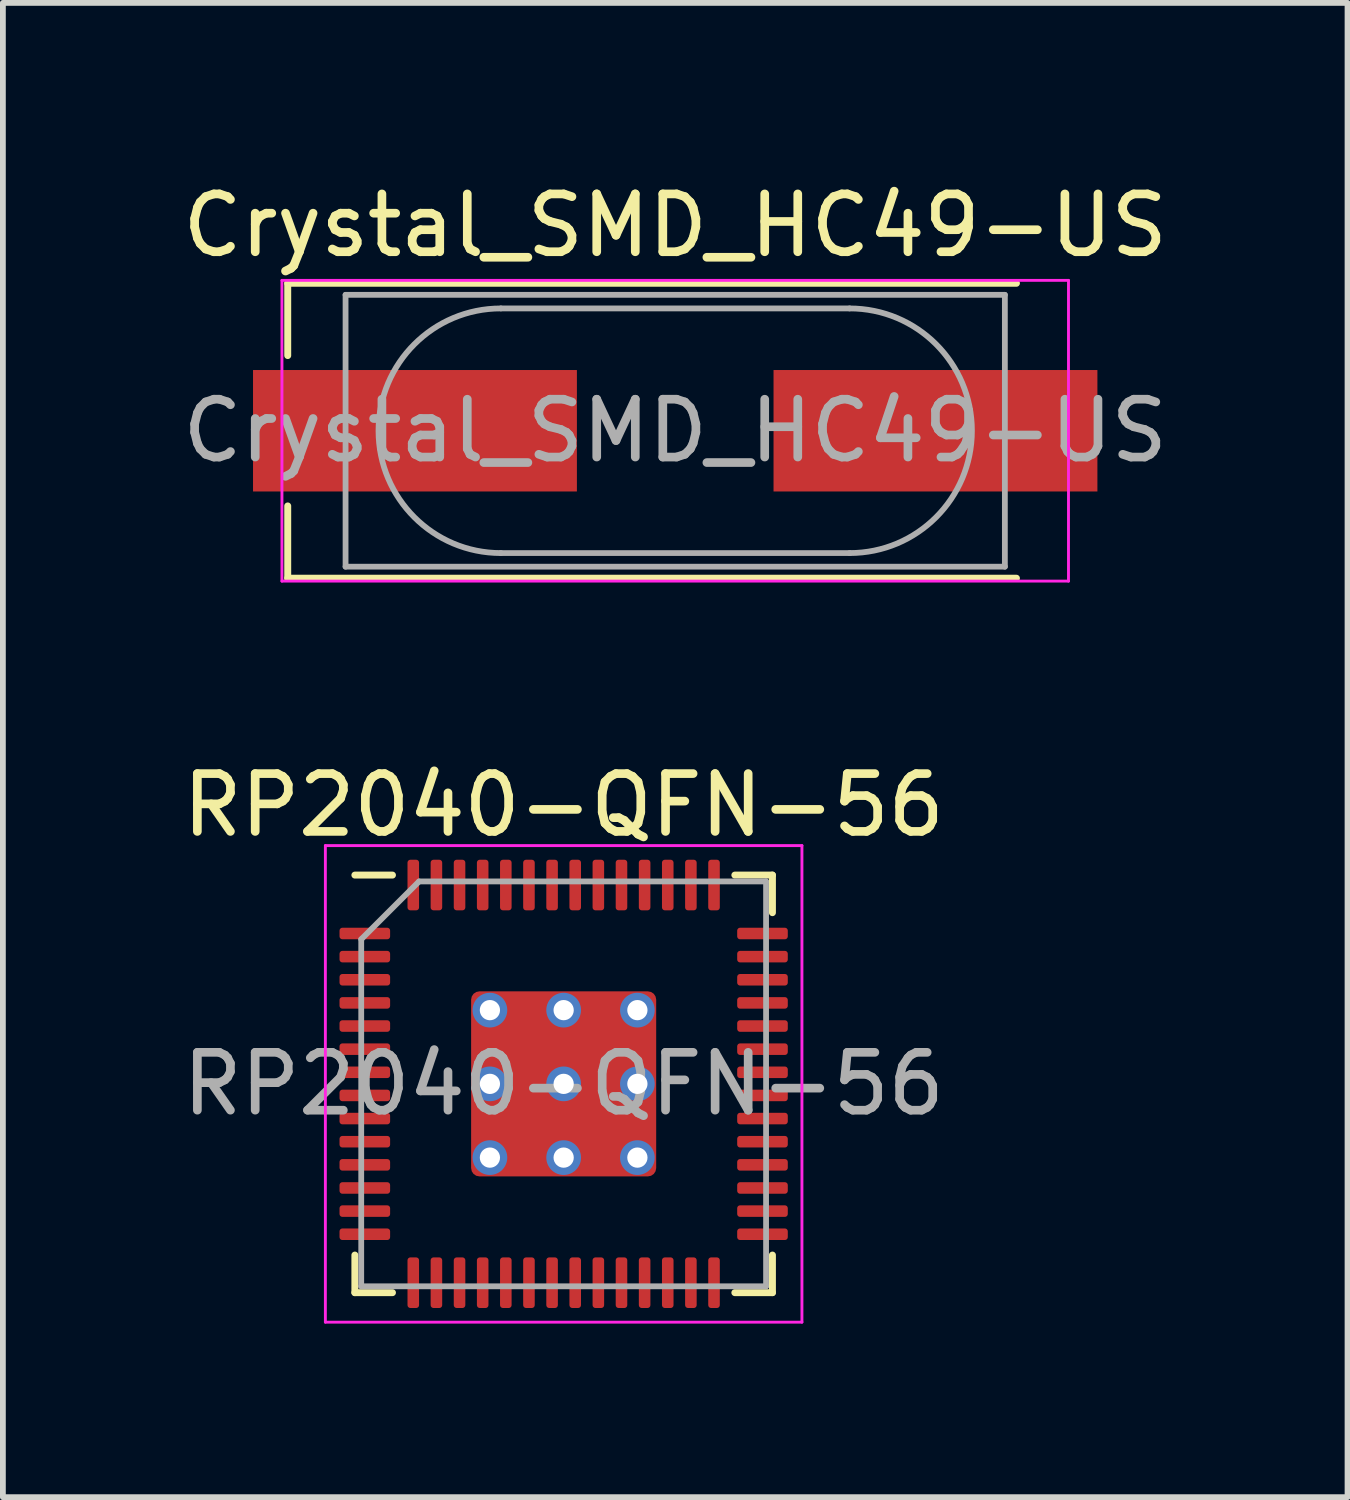
<source format=kicad_pcb>
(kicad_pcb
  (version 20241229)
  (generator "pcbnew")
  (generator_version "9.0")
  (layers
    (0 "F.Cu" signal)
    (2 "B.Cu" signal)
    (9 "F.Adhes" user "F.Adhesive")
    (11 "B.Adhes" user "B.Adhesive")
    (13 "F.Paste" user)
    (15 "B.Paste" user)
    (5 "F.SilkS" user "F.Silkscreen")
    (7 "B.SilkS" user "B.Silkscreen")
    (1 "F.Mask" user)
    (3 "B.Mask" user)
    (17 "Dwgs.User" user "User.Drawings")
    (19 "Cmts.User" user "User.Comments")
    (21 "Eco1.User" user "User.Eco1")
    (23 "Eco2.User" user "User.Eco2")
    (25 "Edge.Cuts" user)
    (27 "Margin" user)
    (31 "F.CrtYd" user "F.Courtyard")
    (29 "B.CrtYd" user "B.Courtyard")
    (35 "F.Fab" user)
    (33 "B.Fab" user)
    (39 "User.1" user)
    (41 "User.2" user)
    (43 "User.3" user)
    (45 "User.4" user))
  (footprint "RP2040-QFN-56"
    (layer "F.Cu")
    (at 6.696 15.691)
    (property "Reference" "RP2040-QFN-56" (at 0 -4.82 0) (layer "F.SilkS") (effects (font (size 1 1) (thickness 0.15))))
    (attr smd)
    (fp_line (start -3.61 3.61) (end -3.61 2.96) (stroke (width 0.12) (type solid)) (layer "F.SilkS"))
    (fp_line (start -2.96 -3.61) (end -3.61 -3.61) (stroke (width 0.12) (type solid)) (layer "F.SilkS"))
    (fp_line (start -2.96 3.61) (end -3.61 3.61) (stroke (width 0.12) (type solid)) (layer "F.SilkS"))
    (fp_line (start 2.96 -3.61) (end 3.61 -3.61) (stroke (width 0.12) (type solid)) (layer "F.SilkS"))
    (fp_line (start 2.96 3.61) (end 3.61 3.61) (stroke (width 0.12) (type solid)) (layer "F.SilkS"))
    (fp_line (start 3.61 -3.61) (end 3.61 -2.96) (stroke (width 0.12) (type solid)) (layer "F.SilkS"))
    (fp_line (start 3.61 3.61) (end 3.61 2.96) (stroke (width 0.12) (type solid)) (layer "F.SilkS"))
    (fp_line (start -4.12 -4.12) (end -4.12 4.12) (stroke (width 0.05) (type solid)) (layer "F.CrtYd"))
    (fp_line (start -4.12 4.12) (end 4.12 4.12) (stroke (width 0.05) (type solid)) (layer "F.CrtYd"))
    (fp_line (start 4.12 -4.12) (end -4.12 -4.12) (stroke (width 0.05) (type solid)) (layer "F.CrtYd"))
    (fp_line (start 4.12 4.12) (end 4.12 -4.12) (stroke (width 0.05) (type solid)) (layer "F.CrtYd"))
    (fp_line (start -3.5 -2.5) (end -2.5 -3.5) (stroke (width 0.1) (type solid)) (layer "F.Fab"))
    (fp_line (start -3.5 3.5) (end -3.5 -2.5) (stroke (width 0.1) (type solid)) (layer "F.Fab"))
    (fp_line (start -2.5 -3.5) (end 3.5 -3.5) (stroke (width 0.1) (type solid)) (layer "F.Fab"))
    (fp_line (start 3.5 -3.5) (end 3.5 3.5) (stroke (width 0.1) (type solid)) (layer "F.Fab"))
    (fp_line (start 3.5 3.5) (end -3.5 3.5) (stroke (width 0.1) (type solid)) (layer "F.Fab"))
    (fp_text user "${REFERENCE}" (at 0 0 0) (layer "F.Fab") (effects (font (size 1 1) (thickness 0.15))))
    (pad "" smd roundrect (at -0.637 -0.637) (size 1.084 1.084) (layers "F.Paste") (roundrect_rratio 0.231))
    (pad "" smd roundrect (at -0.637 0.637) (size 1.084 1.084) (layers "F.Paste") (roundrect_rratio 0.231))
    (pad "" smd roundrect (at 0.637 -0.637) (size 1.084 1.084) (layers "F.Paste") (roundrect_rratio 0.231))
    (pad "" smd roundrect (at 0.637 0.637) (size 1.084 1.084) (layers "F.Paste") (roundrect_rratio 0.231))
    (pad "1" smd roundrect (at -3.438 -2.6) (size 0.875 0.2) (layers "F.Cu" "F.Mask" "F.Paste") (roundrect_rratio 0.25))
    (pad "2" smd roundrect (at -3.438 -2.2) (size 0.875 0.2) (layers "F.Cu" "F.Mask" "F.Paste") (roundrect_rratio 0.25))
    (pad "3" smd roundrect (at -3.438 -1.8) (size 0.875 0.2) (layers "F.Cu" "F.Mask" "F.Paste") (roundrect_rratio 0.25))
    (pad "4" smd roundrect (at -3.438 -1.4) (size 0.875 0.2) (layers "F.Cu" "F.Mask" "F.Paste") (roundrect_rratio 0.25))
    (pad "5" smd roundrect (at -3.438 -1) (size 0.875 0.2) (layers "F.Cu" "F.Mask" "F.Paste") (roundrect_rratio 0.25))
    (pad "6" smd roundrect (at -3.438 -0.6) (size 0.875 0.2) (layers "F.Cu" "F.Mask" "F.Paste") (roundrect_rratio 0.25))
    (pad "7" smd roundrect (at -3.438 -0.2) (size 0.875 0.2) (layers "F.Cu" "F.Mask" "F.Paste") (roundrect_rratio 0.25))
    (pad "8" smd roundrect (at -3.438 0.2) (size 0.875 0.2) (layers "F.Cu" "F.Mask" "F.Paste") (roundrect_rratio 0.25))
    (pad "9" smd roundrect (at -3.438 0.6) (size 0.875 0.2) (layers "F.Cu" "F.Mask" "F.Paste") (roundrect_rratio 0.25))
    (pad "10" smd roundrect (at -3.438 1) (size 0.875 0.2) (layers "F.Cu" "F.Mask" "F.Paste") (roundrect_rratio 0.25))
    (pad "11" smd roundrect (at -3.438 1.4) (size 0.875 0.2) (layers "F.Cu" "F.Mask" "F.Paste") (roundrect_rratio 0.25))
    (pad "12" smd roundrect (at -3.438 1.8) (size 0.875 0.2) (layers "F.Cu" "F.Mask" "F.Paste") (roundrect_rratio 0.25))
    (pad "13" smd roundrect (at -3.438 2.2) (size 0.875 0.2) (layers "F.Cu" "F.Mask" "F.Paste") (roundrect_rratio 0.25))
    (pad "14" smd roundrect (at -3.438 2.6) (size 0.875 0.2) (layers "F.Cu" "F.Mask" "F.Paste") (roundrect_rratio 0.25))
    (pad "15" smd roundrect (at -2.6 3.438) (size 0.2 0.875) (layers "F.Cu" "F.Mask" "F.Paste") (roundrect_rratio 0.25))
    (pad "16" smd roundrect (at -2.2 3.438) (size 0.2 0.875) (layers "F.Cu" "F.Mask" "F.Paste") (roundrect_rratio 0.25))
    (pad "17" smd roundrect (at -1.8 3.438) (size 0.2 0.875) (layers "F.Cu" "F.Mask" "F.Paste") (roundrect_rratio 0.25))
    (pad "18" smd roundrect (at -1.4 3.438) (size 0.2 0.875) (layers "F.Cu" "F.Mask" "F.Paste") (roundrect_rratio 0.25))
    (pad "19" smd roundrect (at -1 3.438) (size 0.2 0.875) (layers "F.Cu" "F.Mask" "F.Paste") (roundrect_rratio 0.25))
    (pad "20" smd roundrect (at -0.6 3.438) (size 0.2 0.875) (layers "F.Cu" "F.Mask" "F.Paste") (roundrect_rratio 0.25))
    (pad "21" smd roundrect (at -0.2 3.438) (size 0.2 0.875) (layers "F.Cu" "F.Mask" "F.Paste") (roundrect_rratio 0.25))
    (pad "22" smd roundrect (at 0.2 3.438) (size 0.2 0.875) (layers "F.Cu" "F.Mask" "F.Paste") (roundrect_rratio 0.25))
    (pad "23" smd roundrect (at 0.6 3.438) (size 0.2 0.875) (layers "F.Cu" "F.Mask" "F.Paste") (roundrect_rratio 0.25))
    (pad "24" smd roundrect (at 1 3.438) (size 0.2 0.875) (layers "F.Cu" "F.Mask" "F.Paste") (roundrect_rratio 0.25))
    (pad "25" smd roundrect (at 1.4 3.438) (size 0.2 0.875) (layers "F.Cu" "F.Mask" "F.Paste") (roundrect_rratio 0.25))
    (pad "26" smd roundrect (at 1.8 3.438) (size 0.2 0.875) (layers "F.Cu" "F.Mask" "F.Paste") (roundrect_rratio 0.25))
    (pad "27" smd roundrect (at 2.2 3.438) (size 0.2 0.875) (layers "F.Cu" "F.Mask" "F.Paste") (roundrect_rratio 0.25))
    (pad "28" smd roundrect (at 2.6 3.438) (size 0.2 0.875) (layers "F.Cu" "F.Mask" "F.Paste") (roundrect_rratio 0.25))
    (pad "29" smd roundrect (at 3.438 2.6) (size 0.875 0.2) (layers "F.Cu" "F.Mask" "F.Paste") (roundrect_rratio 0.25))
    (pad "30" smd roundrect (at 3.438 2.2) (size 0.875 0.2) (layers "F.Cu" "F.Mask" "F.Paste") (roundrect_rratio 0.25))
    (pad "31" smd roundrect (at 3.438 1.8) (size 0.875 0.2) (layers "F.Cu" "F.Mask" "F.Paste") (roundrect_rratio 0.25))
    (pad "32" smd roundrect (at 3.438 1.4) (size 0.875 0.2) (layers "F.Cu" "F.Mask" "F.Paste") (roundrect_rratio 0.25))
    (pad "33" smd roundrect (at 3.438 1) (size 0.875 0.2) (layers "F.Cu" "F.Mask" "F.Paste") (roundrect_rratio 0.25))
    (pad "34" smd roundrect (at 3.438 0.6) (size 0.875 0.2) (layers "F.Cu" "F.Mask" "F.Paste") (roundrect_rratio 0.25))
    (pad "35" smd roundrect (at 3.438 0.2) (size 0.875 0.2) (layers "F.Cu" "F.Mask" "F.Paste") (roundrect_rratio 0.25))
    (pad "36" smd roundrect (at 3.438 -0.2) (size 0.875 0.2) (layers "F.Cu" "F.Mask" "F.Paste") (roundrect_rratio 0.25))
    (pad "37" smd roundrect (at 3.438 -0.6) (size 0.875 0.2) (layers "F.Cu" "F.Mask" "F.Paste") (roundrect_rratio 0.25))
    (pad "38" smd roundrect (at 3.438 -1) (size 0.875 0.2) (layers "F.Cu" "F.Mask" "F.Paste") (roundrect_rratio 0.25))
    (pad "39" smd roundrect (at 3.438 -1.4) (size 0.875 0.2) (layers "F.Cu" "F.Mask" "F.Paste") (roundrect_rratio 0.25))
    (pad "40" smd roundrect (at 3.438 -1.8) (size 0.875 0.2) (layers "F.Cu" "F.Mask" "F.Paste") (roundrect_rratio 0.25))
    (pad "41" smd roundrect (at 3.438 -2.2) (size 0.875 0.2) (layers "F.Cu" "F.Mask" "F.Paste") (roundrect_rratio 0.25))
    (pad "42" smd roundrect (at 3.438 -2.6) (size 0.875 0.2) (layers "F.Cu" "F.Mask" "F.Paste") (roundrect_rratio 0.25))
    (pad "43" smd roundrect (at 2.6 -3.438) (size 0.2 0.875) (layers "F.Cu" "F.Mask" "F.Paste") (roundrect_rratio 0.25))
    (pad "44" smd roundrect (at 2.2 -3.438) (size 0.2 0.875) (layers "F.Cu" "F.Mask" "F.Paste") (roundrect_rratio 0.25))
    (pad "45" smd roundrect (at 1.8 -3.438) (size 0.2 0.875) (layers "F.Cu" "F.Mask" "F.Paste") (roundrect_rratio 0.25))
    (pad "46" smd roundrect (at 1.4 -3.438) (size 0.2 0.875) (layers "F.Cu" "F.Mask" "F.Paste") (roundrect_rratio 0.25))
    (pad "47" smd roundrect (at 1 -3.438) (size 0.2 0.875) (layers "F.Cu" "F.Mask" "F.Paste") (roundrect_rratio 0.25))
    (pad "48" smd roundrect (at 0.6 -3.438) (size 0.2 0.875) (layers "F.Cu" "F.Mask" "F.Paste") (roundrect_rratio 0.25))
    (pad "49" smd roundrect (at 0.2 -3.438) (size 0.2 0.875) (layers "F.Cu" "F.Mask" "F.Paste") (roundrect_rratio 0.25))
    (pad "50" smd roundrect (at -0.2 -3.438) (size 0.2 0.875) (layers "F.Cu" "F.Mask" "F.Paste") (roundrect_rratio 0.25))
    (pad "51" smd roundrect (at -0.6 -3.438) (size 0.2 0.875) (layers "F.Cu" "F.Mask" "F.Paste") (roundrect_rratio 0.25))
    (pad "52" smd roundrect (at -1 -3.438) (size 0.2 0.875) (layers "F.Cu" "F.Mask" "F.Paste") (roundrect_rratio 0.25))
    (pad "53" smd roundrect (at -1.4 -3.438) (size 0.2 0.875) (layers "F.Cu" "F.Mask" "F.Paste") (roundrect_rratio 0.25))
    (pad "54" smd roundrect (at -1.8 -3.438) (size 0.2 0.875) (layers "F.Cu" "F.Mask" "F.Paste") (roundrect_rratio 0.25))
    (pad "55" smd roundrect (at -2.2 -3.438) (size 0.2 0.875) (layers "F.Cu" "F.Mask" "F.Paste") (roundrect_rratio 0.25))
    (pad "56" smd roundrect (at -2.6 -3.438) (size 0.2 0.875) (layers "F.Cu" "F.Mask" "F.Paste") (roundrect_rratio 0.25))
    (pad "57" thru_hole circle (at -1.275 -1.275) (size 0.6 0.6) (drill 0.35) (layers "*.Cu"))
    (pad "57" thru_hole circle (at -1.275 0) (size 0.6 0.6) (drill 0.35) (layers "*.Cu"))
    (pad "57" thru_hole circle (at -1.275 1.275) (size 0.6 0.6) (drill 0.35) (layers "*.Cu"))
    (pad "57" thru_hole circle (at 0 -1.275) (size 0.6 0.6) (drill 0.35) (layers "*.Cu"))
    (pad "57" thru_hole circle (at 0 0) (size 0.6 0.6) (drill 0.35) (layers "*.Cu"))
    (pad "57" smd roundrect (at 0 0) (size 3.2 3.2) (layers "F.Cu" "F.Mask") (roundrect_rratio 0.045))
    (pad "57" thru_hole circle (at 0 1.275) (size 0.6 0.6) (drill 0.35) (layers "*.Cu"))
    (pad "57" thru_hole circle (at 1.275 -1.275) (size 0.6 0.6) (drill 0.35) (layers "*.Cu"))
    (pad "57" thru_hole circle (at 1.275 0) (size 0.6 0.6) (drill 0.35) (layers "*.Cu"))
    (pad "57" thru_hole circle (at 1.275 1.275) (size 0.6 0.6) (drill 0.35) (layers "*.Cu")))
  (footprint "Crystal_SMD_HC49-US"
    (layer "F.Cu")
    (at 8.625 4.398)
    (property "Reference" "Crystal_SMD_HC49-US" (at 0 -3.55 0) (layer "F.SilkS") (effects (font (size 1 1) (thickness 0.15))))
    (attr smd)
    (fp_line (start -6.7 -2.55) (end -6.7 -1.3) (stroke (width 0.12) (type solid)) (layer "F.SilkS"))
    (fp_line (start -6.7 1.3) (end -6.7 2.55) (stroke (width 0.12) (type solid)) (layer "F.SilkS"))
    (fp_line (start -6.7 2.55) (end 5.9 2.55) (stroke (width 0.12) (type solid)) (layer "F.SilkS"))
    (fp_line (start 5.9 -2.55) (end -6.7 -2.55) (stroke (width 0.12) (type solid)) (layer "F.SilkS"))
    (fp_line (start -6.8 -2.6) (end -6.8 2.6) (stroke (width 0.05) (type solid)) (layer "F.CrtYd"))
    (fp_line (start -6.8 2.6) (end 6.8 2.6) (stroke (width 0.05) (type solid)) (layer "F.CrtYd"))
    (fp_line (start 6.8 -2.6) (end -6.8 -2.6) (stroke (width 0.05) (type solid)) (layer "F.CrtYd"))
    (fp_line (start 6.8 2.6) (end 6.8 -2.6) (stroke (width 0.05) (type solid)) (layer "F.CrtYd"))
    (fp_line (start -5.7 -2.35) (end -5.7 2.35) (stroke (width 0.1) (type solid)) (layer "F.Fab"))
    (fp_line (start -5.7 2.35) (end 5.7 2.35) (stroke (width 0.1) (type solid)) (layer "F.Fab"))
    (fp_line (start -3.015 -2.115) (end 3.015 -2.115) (stroke (width 0.1) (type solid)) (layer "F.Fab"))
    (fp_line (start -3.015 2.115) (end 3.015 2.115) (stroke (width 0.1) (type solid)) (layer "F.Fab"))
    (fp_line (start 5.7 -2.35) (end -5.7 -2.35) (stroke (width 0.1) (type solid)) (layer "F.Fab"))
    (fp_line (start 5.7 2.35) (end 5.7 -2.35) (stroke (width 0.1) (type solid)) (layer "F.Fab"))
    (fp_arc (start -3.015 2.115) (mid -5.13 0) (end -3.015 -2.115) (stroke (width 0.1) (type solid)) (layer "F.Fab"))
    (fp_arc (start 3.015 -2.115) (mid 5.13 0) (end 3.015 2.115) (stroke (width 0.1) (type solid)) (layer "F.Fab"))
    (fp_text user "${REFERENCE}" (at 0 0 0) (layer "F.Fab") (effects (font (size 1 1) (thickness 0.15))))
    (pad "1" smd rect (at -4.5 0) (size 5.6 2.1) (layers "F.Cu" "F.Mask" "F.Paste"))
    (pad "2" smd rect (at 4.5 0) (size 5.6 2.1) (layers "F.Cu" "F.Mask" "F.Paste")))
  (gr_rect
    (start -3 -3)
    (end 20.25 22.837)
    (stroke (width 0.1) (type default))
    (fill no)
    (layer "Edge.Cuts")))
</source>
